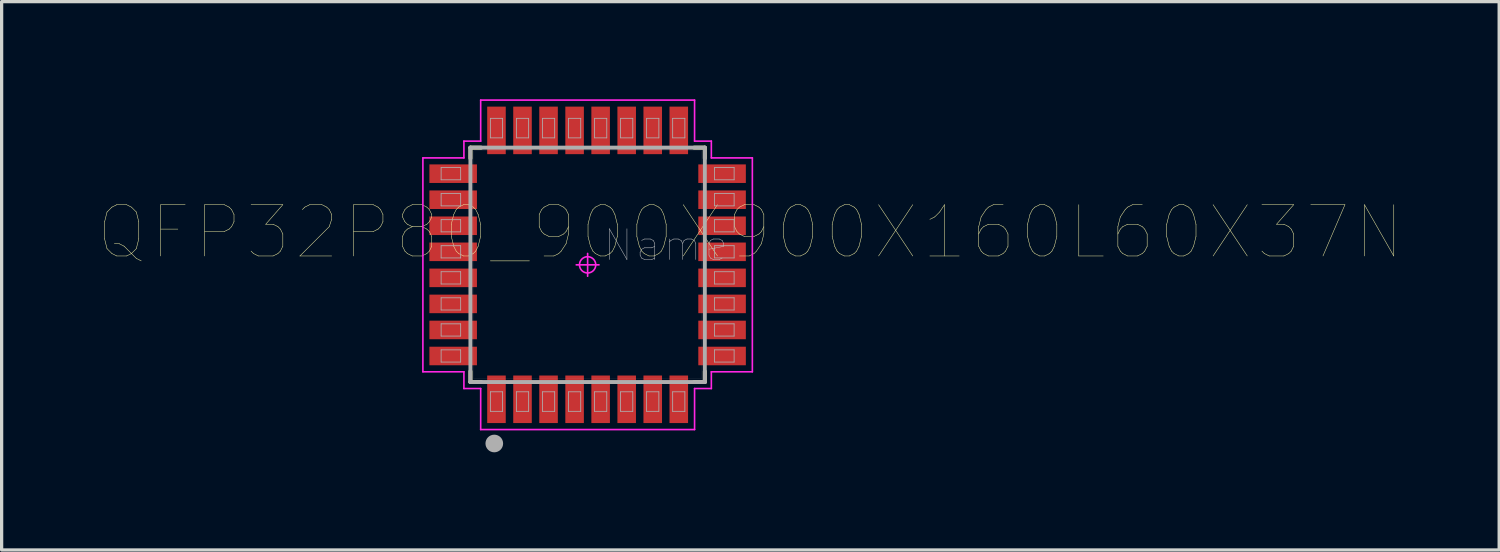
<source format=kicad_pcb>
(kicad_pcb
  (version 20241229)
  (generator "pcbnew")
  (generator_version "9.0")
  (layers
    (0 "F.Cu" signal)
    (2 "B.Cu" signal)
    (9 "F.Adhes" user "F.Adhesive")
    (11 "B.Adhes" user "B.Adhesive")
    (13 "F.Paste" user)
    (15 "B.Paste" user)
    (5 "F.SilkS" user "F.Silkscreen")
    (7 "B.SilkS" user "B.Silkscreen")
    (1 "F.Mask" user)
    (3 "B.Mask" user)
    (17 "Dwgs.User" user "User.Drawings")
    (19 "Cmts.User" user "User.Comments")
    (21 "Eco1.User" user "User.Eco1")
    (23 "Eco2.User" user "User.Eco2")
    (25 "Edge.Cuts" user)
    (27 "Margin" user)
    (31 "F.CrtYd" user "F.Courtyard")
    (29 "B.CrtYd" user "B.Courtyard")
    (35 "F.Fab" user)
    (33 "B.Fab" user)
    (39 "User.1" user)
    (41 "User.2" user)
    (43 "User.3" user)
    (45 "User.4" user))
  (footprint "QFP32P80_900X900X160L60X37N"
    (layer "F.Cu")
    (at 15 5.085)
    (property "Reference" "QFP32P80_900X900X160L60X37N" (at 5 -1 0) (layer "F.SilkS") (effects (font (size 1.575 1.575) (thickness 0.015))))
    (attr through_hole)
    (fp_line (start -3.6 -3.6) (end -3.6 -3.27) (stroke (width 0.12) (type solid)) (layer "F.SilkS"))
    (fp_line (start -3.6 3.6) (end -3.6 3.27) (stroke (width 0.12) (type solid)) (layer "F.SilkS"))
    (fp_line (start -3.27 -3.6) (end -3.6 -3.6) (stroke (width 0.12) (type solid)) (layer "F.SilkS"))
    (fp_line (start -3.27 3.6) (end -3.6 3.6) (stroke (width 0.12) (type solid)) (layer "F.SilkS"))
    (fp_line (start 3.27 -3.6) (end 3.6 -3.6) (stroke (width 0.12) (type solid)) (layer "F.SilkS"))
    (fp_line (start 3.27 3.6) (end 3.6 3.6) (stroke (width 0.12) (type solid)) (layer "F.SilkS"))
    (fp_line (start 3.6 -3.6) (end 3.6 -3.27) (stroke (width 0.12) (type solid)) (layer "F.SilkS"))
    (fp_line (start 3.6 3.6) (end 3.6 3.27) (stroke (width 0.12) (type solid)) (layer "F.SilkS"))
    (fp_line (start -5.06 -3.285) (end -5.06 3.285) (stroke (width 0.05) (type solid)) (layer "F.CrtYd"))
    (fp_line (start -5.06 3.285) (end -3.8 3.285) (stroke (width 0.05) (type solid)) (layer "F.CrtYd"))
    (fp_line (start -3.8 -3.8) (end -3.8 -3.285) (stroke (width 0.05) (type solid)) (layer "F.CrtYd"))
    (fp_line (start -3.8 -3.285) (end -5.06 -3.285) (stroke (width 0.05) (type solid)) (layer "F.CrtYd"))
    (fp_line (start -3.8 3.285) (end -3.8 3.8) (stroke (width 0.05) (type solid)) (layer "F.CrtYd"))
    (fp_line (start -3.8 3.8) (end -3.285 3.8) (stroke (width 0.05) (type solid)) (layer "F.CrtYd"))
    (fp_line (start -3.285 -5.06) (end -3.285 -3.8) (stroke (width 0.05) (type solid)) (layer "F.CrtYd"))
    (fp_line (start -3.285 -3.8) (end -3.8 -3.8) (stroke (width 0.05) (type solid)) (layer "F.CrtYd"))
    (fp_line (start -3.285 3.8) (end -3.285 5.06) (stroke (width 0.05) (type solid)) (layer "F.CrtYd"))
    (fp_line (start -3.285 5.06) (end 3.285 5.06) (stroke (width 0.05) (type solid)) (layer "F.CrtYd"))
    (fp_line (start -0.35 0) (end 0.35 0) (stroke (width 0.05) (type solid)) (layer "F.CrtYd"))
    (fp_line (start 0 -0.35) (end 0 0.35) (stroke (width 0.05) (type solid)) (layer "F.CrtYd"))
    (fp_line (start 3.285 -5.06) (end -3.285 -5.06) (stroke (width 0.05) (type solid)) (layer "F.CrtYd"))
    (fp_line (start 3.285 -3.8) (end 3.285 -5.06) (stroke (width 0.05) (type solid)) (layer "F.CrtYd"))
    (fp_line (start 3.285 3.8) (end 3.8 3.8) (stroke (width 0.05) (type solid)) (layer "F.CrtYd"))
    (fp_line (start 3.285 5.06) (end 3.285 3.8) (stroke (width 0.05) (type solid)) (layer "F.CrtYd"))
    (fp_line (start 3.8 -3.8) (end 3.285 -3.8) (stroke (width 0.05) (type solid)) (layer "F.CrtYd"))
    (fp_line (start 3.8 -3.285) (end 3.8 -3.8) (stroke (width 0.05) (type solid)) (layer "F.CrtYd"))
    (fp_line (start 3.8 3.285) (end 5.06 3.285) (stroke (width 0.05) (type solid)) (layer "F.CrtYd"))
    (fp_line (start 3.8 3.8) (end 3.8 3.285) (stroke (width 0.05) (type solid)) (layer "F.CrtYd"))
    (fp_line (start 5.06 -3.285) (end 3.8 -3.285) (stroke (width 0.05) (type solid)) (layer "F.CrtYd"))
    (fp_line (start 5.06 3.285) (end 5.06 -3.285) (stroke (width 0.05) (type solid)) (layer "F.CrtYd"))
    (fp_circle (center 0 0) (end 0.25 0) (stroke (width 0.05) (type solid)) (fill no) (layer "F.CrtYd"))
    (fp_line (start -4.5 -2.987) (end -3.9 -2.987) (stroke (width 0.025) (type solid)) (layer "F.Fab"))
    (fp_line (start -4.5 -2.612) (end -4.5 -2.987) (stroke (width 0.025) (type solid)) (layer "F.Fab"))
    (fp_line (start -4.5 -2.188) (end -3.9 -2.188) (stroke (width 0.025) (type solid)) (layer "F.Fab"))
    (fp_line (start -4.5 -1.812) (end -4.5 -2.188) (stroke (width 0.025) (type solid)) (layer "F.Fab"))
    (fp_line (start -4.5 -1.387) (end -3.9 -1.387) (stroke (width 0.025) (type solid)) (layer "F.Fab"))
    (fp_line (start -4.5 -1.012) (end -4.5 -1.387) (stroke (width 0.025) (type solid)) (layer "F.Fab"))
    (fp_line (start -4.5 -0.588) (end -3.9 -0.588) (stroke (width 0.025) (type solid)) (layer "F.Fab"))
    (fp_line (start -4.5 -0.212) (end -4.5 -0.588) (stroke (width 0.025) (type solid)) (layer "F.Fab"))
    (fp_line (start -4.5 0.212) (end -3.9 0.212) (stroke (width 0.025) (type solid)) (layer "F.Fab"))
    (fp_line (start -4.5 0.588) (end -4.5 0.212) (stroke (width 0.025) (type solid)) (layer "F.Fab"))
    (fp_line (start -4.5 1.012) (end -3.9 1.012) (stroke (width 0.025) (type solid)) (layer "F.Fab"))
    (fp_line (start -4.5 1.387) (end -4.5 1.012) (stroke (width 0.025) (type solid)) (layer "F.Fab"))
    (fp_line (start -4.5 1.812) (end -3.9 1.812) (stroke (width 0.025) (type solid)) (layer "F.Fab"))
    (fp_line (start -4.5 2.188) (end -4.5 1.812) (stroke (width 0.025) (type solid)) (layer "F.Fab"))
    (fp_line (start -4.5 2.612) (end -3.9 2.612) (stroke (width 0.025) (type solid)) (layer "F.Fab"))
    (fp_line (start -4.5 2.987) (end -4.5 2.612) (stroke (width 0.025) (type solid)) (layer "F.Fab"))
    (fp_line (start -3.9 -2.987) (end -3.9 -2.612) (stroke (width 0.025) (type solid)) (layer "F.Fab"))
    (fp_line (start -3.9 -2.612) (end -4.5 -2.612) (stroke (width 0.025) (type solid)) (layer "F.Fab"))
    (fp_line (start -3.9 -2.188) (end -3.9 -1.812) (stroke (width 0.025) (type solid)) (layer "F.Fab"))
    (fp_line (start -3.9 -1.812) (end -4.5 -1.812) (stroke (width 0.025) (type solid)) (layer "F.Fab"))
    (fp_line (start -3.9 -1.387) (end -3.9 -1.012) (stroke (width 0.025) (type solid)) (layer "F.Fab"))
    (fp_line (start -3.9 -1.012) (end -4.5 -1.012) (stroke (width 0.025) (type solid)) (layer "F.Fab"))
    (fp_line (start -3.9 -0.588) (end -3.9 -0.212) (stroke (width 0.025) (type solid)) (layer "F.Fab"))
    (fp_line (start -3.9 -0.212) (end -4.5 -0.212) (stroke (width 0.025) (type solid)) (layer "F.Fab"))
    (fp_line (start -3.9 0.212) (end -3.9 0.588) (stroke (width 0.025) (type solid)) (layer "F.Fab"))
    (fp_line (start -3.9 0.588) (end -4.5 0.588) (stroke (width 0.025) (type solid)) (layer "F.Fab"))
    (fp_line (start -3.9 1.012) (end -3.9 1.387) (stroke (width 0.025) (type solid)) (layer "F.Fab"))
    (fp_line (start -3.9 1.387) (end -4.5 1.387) (stroke (width 0.025) (type solid)) (layer "F.Fab"))
    (fp_line (start -3.9 1.812) (end -3.9 2.188) (stroke (width 0.025) (type solid)) (layer "F.Fab"))
    (fp_line (start -3.9 2.188) (end -4.5 2.188) (stroke (width 0.025) (type solid)) (layer "F.Fab"))
    (fp_line (start -3.9 2.612) (end -3.9 2.987) (stroke (width 0.025) (type solid)) (layer "F.Fab"))
    (fp_line (start -3.9 2.987) (end -4.5 2.987) (stroke (width 0.025) (type solid)) (layer "F.Fab"))
    (fp_line (start -3.6 -3.6) (end 3.6 -3.6) (stroke (width 0.12) (type solid)) (layer "F.Fab"))
    (fp_line (start -3.6 3.6) (end -3.6 -3.6) (stroke (width 0.12) (type solid)) (layer "F.Fab"))
    (fp_line (start -3.5 -3.5) (end 3.5 -3.5) (stroke (width 0.002) (type solid)) (layer "F.Fab"))
    (fp_line (start -3.5 3.5) (end -3.5 -3.5) (stroke (width 0.002) (type solid)) (layer "F.Fab"))
    (fp_line (start -2.987 -4.5) (end -2.612 -4.5) (stroke (width 0.025) (type solid)) (layer "F.Fab"))
    (fp_line (start -2.987 -3.9) (end -2.987 -4.5) (stroke (width 0.025) (type solid)) (layer "F.Fab"))
    (fp_line (start -2.987 3.9) (end -2.612 3.9) (stroke (width 0.025) (type solid)) (layer "F.Fab"))
    (fp_line (start -2.987 4.5) (end -2.987 3.9) (stroke (width 0.025) (type solid)) (layer "F.Fab"))
    (fp_line (start -2.612 -4.5) (end -2.612 -3.9) (stroke (width 0.025) (type solid)) (layer "F.Fab"))
    (fp_line (start -2.612 -3.9) (end -2.987 -3.9) (stroke (width 0.025) (type solid)) (layer "F.Fab"))
    (fp_line (start -2.612 3.9) (end -2.612 4.5) (stroke (width 0.025) (type solid)) (layer "F.Fab"))
    (fp_line (start -2.612 4.5) (end -2.987 4.5) (stroke (width 0.025) (type solid)) (layer "F.Fab"))
    (fp_line (start -2.188 -4.5) (end -1.812 -4.5) (stroke (width 0.025) (type solid)) (layer "F.Fab"))
    (fp_line (start -2.188 -3.9) (end -2.188 -4.5) (stroke (width 0.025) (type solid)) (layer "F.Fab"))
    (fp_line (start -2.188 3.9) (end -1.812 3.9) (stroke (width 0.025) (type solid)) (layer "F.Fab"))
    (fp_line (start -2.188 4.5) (end -2.188 3.9) (stroke (width 0.025) (type solid)) (layer "F.Fab"))
    (fp_line (start -1.812 -4.5) (end -1.812 -3.9) (stroke (width 0.025) (type solid)) (layer "F.Fab"))
    (fp_line (start -1.812 -3.9) (end -2.188 -3.9) (stroke (width 0.025) (type solid)) (layer "F.Fab"))
    (fp_line (start -1.812 3.9) (end -1.812 4.5) (stroke (width 0.025) (type solid)) (layer "F.Fab"))
    (fp_line (start -1.812 4.5) (end -2.188 4.5) (stroke (width 0.025) (type solid)) (layer "F.Fab"))
    (fp_line (start -1.387 -4.5) (end -1.012 -4.5) (stroke (width 0.025) (type solid)) (layer "F.Fab"))
    (fp_line (start -1.387 -3.9) (end -1.387 -4.5) (stroke (width 0.025) (type solid)) (layer "F.Fab"))
    (fp_line (start -1.387 3.9) (end -1.012 3.9) (stroke (width 0.025) (type solid)) (layer "F.Fab"))
    (fp_line (start -1.387 4.5) (end -1.387 3.9) (stroke (width 0.025) (type solid)) (layer "F.Fab"))
    (fp_line (start -1.012 -4.5) (end -1.012 -3.9) (stroke (width 0.025) (type solid)) (layer "F.Fab"))
    (fp_line (start -1.012 -3.9) (end -1.387 -3.9) (stroke (width 0.025) (type solid)) (layer "F.Fab"))
    (fp_line (start -1.012 3.9) (end -1.012 4.5) (stroke (width 0.025) (type solid)) (layer "F.Fab"))
    (fp_line (start -1.012 4.5) (end -1.387 4.5) (stroke (width 0.025) (type solid)) (layer "F.Fab"))
    (fp_line (start -0.588 -4.5) (end -0.212 -4.5) (stroke (width 0.025) (type solid)) (layer "F.Fab"))
    (fp_line (start -0.588 -3.9) (end -0.588 -4.5) (stroke (width 0.025) (type solid)) (layer "F.Fab"))
    (fp_line (start -0.588 3.9) (end -0.212 3.9) (stroke (width 0.025) (type solid)) (layer "F.Fab"))
    (fp_line (start -0.588 4.5) (end -0.588 3.9) (stroke (width 0.025) (type solid)) (layer "F.Fab"))
    (fp_line (start -0.212 -4.5) (end -0.212 -3.9) (stroke (width 0.025) (type solid)) (layer "F.Fab"))
    (fp_line (start -0.212 -3.9) (end -0.588 -3.9) (stroke (width 0.025) (type solid)) (layer "F.Fab"))
    (fp_line (start -0.212 3.9) (end -0.212 4.5) (stroke (width 0.025) (type solid)) (layer "F.Fab"))
    (fp_line (start -0.212 4.5) (end -0.588 4.5) (stroke (width 0.025) (type solid)) (layer "F.Fab"))
    (fp_line (start 0.212 -4.5) (end 0.588 -4.5) (stroke (width 0.025) (type solid)) (layer "F.Fab"))
    (fp_line (start 0.212 -3.9) (end 0.212 -4.5) (stroke (width 0.025) (type solid)) (layer "F.Fab"))
    (fp_line (start 0.212 3.9) (end 0.588 3.9) (stroke (width 0.025) (type solid)) (layer "F.Fab"))
    (fp_line (start 0.212 4.5) (end 0.212 3.9) (stroke (width 0.025) (type solid)) (layer "F.Fab"))
    (fp_line (start 0.588 -4.5) (end 0.588 -3.9) (stroke (width 0.025) (type solid)) (layer "F.Fab"))
    (fp_line (start 0.588 -3.9) (end 0.212 -3.9) (stroke (width 0.025) (type solid)) (layer "F.Fab"))
    (fp_line (start 0.588 3.9) (end 0.588 4.5) (stroke (width 0.025) (type solid)) (layer "F.Fab"))
    (fp_line (start 0.588 4.5) (end 0.212 4.5) (stroke (width 0.025) (type solid)) (layer "F.Fab"))
    (fp_line (start 1.012 -4.5) (end 1.387 -4.5) (stroke (width 0.025) (type solid)) (layer "F.Fab"))
    (fp_line (start 1.012 -3.9) (end 1.012 -4.5) (stroke (width 0.025) (type solid)) (layer "F.Fab"))
    (fp_line (start 1.012 3.9) (end 1.387 3.9) (stroke (width 0.025) (type solid)) (layer "F.Fab"))
    (fp_line (start 1.012 4.5) (end 1.012 3.9) (stroke (width 0.025) (type solid)) (layer "F.Fab"))
    (fp_line (start 1.387 -4.5) (end 1.387 -3.9) (stroke (width 0.025) (type solid)) (layer "F.Fab"))
    (fp_line (start 1.387 -3.9) (end 1.012 -3.9) (stroke (width 0.025) (type solid)) (layer "F.Fab"))
    (fp_line (start 1.387 3.9) (end 1.387 4.5) (stroke (width 0.025) (type solid)) (layer "F.Fab"))
    (fp_line (start 1.387 4.5) (end 1.012 4.5) (stroke (width 0.025) (type solid)) (layer "F.Fab"))
    (fp_line (start 1.812 -4.5) (end 2.188 -4.5) (stroke (width 0.025) (type solid)) (layer "F.Fab"))
    (fp_line (start 1.812 -3.9) (end 1.812 -4.5) (stroke (width 0.025) (type solid)) (layer "F.Fab"))
    (fp_line (start 1.812 3.9) (end 2.188 3.9) (stroke (width 0.025) (type solid)) (layer "F.Fab"))
    (fp_line (start 1.812 4.5) (end 1.812 3.9) (stroke (width 0.025) (type solid)) (layer "F.Fab"))
    (fp_line (start 2.188 -4.5) (end 2.188 -3.9) (stroke (width 0.025) (type solid)) (layer "F.Fab"))
    (fp_line (start 2.188 -3.9) (end 1.812 -3.9) (stroke (width 0.025) (type solid)) (layer "F.Fab"))
    (fp_line (start 2.188 3.9) (end 2.188 4.5) (stroke (width 0.025) (type solid)) (layer "F.Fab"))
    (fp_line (start 2.188 4.5) (end 1.812 4.5) (stroke (width 0.025) (type solid)) (layer "F.Fab"))
    (fp_line (start 2.612 -4.5) (end 2.987 -4.5) (stroke (width 0.025) (type solid)) (layer "F.Fab"))
    (fp_line (start 2.612 -3.9) (end 2.612 -4.5) (stroke (width 0.025) (type solid)) (layer "F.Fab"))
    (fp_line (start 2.612 3.9) (end 2.987 3.9) (stroke (width 0.025) (type solid)) (layer "F.Fab"))
    (fp_line (start 2.612 4.5) (end 2.612 3.9) (stroke (width 0.025) (type solid)) (layer "F.Fab"))
    (fp_line (start 2.987 -4.5) (end 2.987 -3.9) (stroke (width 0.025) (type solid)) (layer "F.Fab"))
    (fp_line (start 2.987 -3.9) (end 2.612 -3.9) (stroke (width 0.025) (type solid)) (layer "F.Fab"))
    (fp_line (start 2.987 3.9) (end 2.987 4.5) (stroke (width 0.025) (type solid)) (layer "F.Fab"))
    (fp_line (start 2.987 4.5) (end 2.612 4.5) (stroke (width 0.025) (type solid)) (layer "F.Fab"))
    (fp_line (start 3.5 -3.5) (end 3.5 3.5) (stroke (width 0.002) (type solid)) (layer "F.Fab"))
    (fp_line (start 3.5 3.5) (end -3.5 3.5) (stroke (width 0.002) (type solid)) (layer "F.Fab"))
    (fp_line (start 3.6 -3.6) (end 3.6 3.6) (stroke (width 0.12) (type solid)) (layer "F.Fab"))
    (fp_line (start 3.6 3.6) (end -3.6 3.6) (stroke (width 0.12) (type solid)) (layer "F.Fab"))
    (fp_line (start 3.9 -2.987) (end 4.5 -2.987) (stroke (width 0.025) (type solid)) (layer "F.Fab"))
    (fp_line (start 3.9 -2.612) (end 3.9 -2.987) (stroke (width 0.025) (type solid)) (layer "F.Fab"))
    (fp_line (start 3.9 -2.188) (end 4.5 -2.188) (stroke (width 0.025) (type solid)) (layer "F.Fab"))
    (fp_line (start 3.9 -1.812) (end 3.9 -2.188) (stroke (width 0.025) (type solid)) (layer "F.Fab"))
    (fp_line (start 3.9 -1.387) (end 4.5 -1.387) (stroke (width 0.025) (type solid)) (layer "F.Fab"))
    (fp_line (start 3.9 -1.012) (end 3.9 -1.387) (stroke (width 0.025) (type solid)) (layer "F.Fab"))
    (fp_line (start 3.9 -0.588) (end 4.5 -0.588) (stroke (width 0.025) (type solid)) (layer "F.Fab"))
    (fp_line (start 3.9 -0.212) (end 3.9 -0.588) (stroke (width 0.025) (type solid)) (layer "F.Fab"))
    (fp_line (start 3.9 0.212) (end 4.5 0.212) (stroke (width 0.025) (type solid)) (layer "F.Fab"))
    (fp_line (start 3.9 0.588) (end 3.9 0.212) (stroke (width 0.025) (type solid)) (layer "F.Fab"))
    (fp_line (start 3.9 1.012) (end 4.5 1.012) (stroke (width 0.025) (type solid)) (layer "F.Fab"))
    (fp_line (start 3.9 1.387) (end 3.9 1.012) (stroke (width 0.025) (type solid)) (layer "F.Fab"))
    (fp_line (start 3.9 1.812) (end 4.5 1.812) (stroke (width 0.025) (type solid)) (layer "F.Fab"))
    (fp_line (start 3.9 2.188) (end 3.9 1.812) (stroke (width 0.025) (type solid)) (layer "F.Fab"))
    (fp_line (start 3.9 2.612) (end 4.5 2.612) (stroke (width 0.025) (type solid)) (layer "F.Fab"))
    (fp_line (start 3.9 2.987) (end 3.9 2.612) (stroke (width 0.025) (type solid)) (layer "F.Fab"))
    (fp_line (start 4.5 -2.987) (end 4.5 -2.612) (stroke (width 0.025) (type solid)) (layer "F.Fab"))
    (fp_line (start 4.5 -2.612) (end 3.9 -2.612) (stroke (width 0.025) (type solid)) (layer "F.Fab"))
    (fp_line (start 4.5 -2.188) (end 4.5 -1.812) (stroke (width 0.025) (type solid)) (layer "F.Fab"))
    (fp_line (start 4.5 -1.812) (end 3.9 -1.812) (stroke (width 0.025) (type solid)) (layer "F.Fab"))
    (fp_line (start 4.5 -1.387) (end 4.5 -1.012) (stroke (width 0.025) (type solid)) (layer "F.Fab"))
    (fp_line (start 4.5 -1.012) (end 3.9 -1.012) (stroke (width 0.025) (type solid)) (layer "F.Fab"))
    (fp_line (start 4.5 -0.588) (end 4.5 -0.212) (stroke (width 0.025) (type solid)) (layer "F.Fab"))
    (fp_line (start 4.5 -0.212) (end 3.9 -0.212) (stroke (width 0.025) (type solid)) (layer "F.Fab"))
    (fp_line (start 4.5 0.212) (end 4.5 0.588) (stroke (width 0.025) (type solid)) (layer "F.Fab"))
    (fp_line (start 4.5 0.588) (end 3.9 0.588) (stroke (width 0.025) (type solid)) (layer "F.Fab"))
    (fp_line (start 4.5 1.012) (end 4.5 1.387) (stroke (width 0.025) (type solid)) (layer "F.Fab"))
    (fp_line (start 4.5 1.387) (end 3.9 1.387) (stroke (width 0.025) (type solid)) (layer "F.Fab"))
    (fp_line (start 4.5 1.812) (end 4.5 2.188) (stroke (width 0.025) (type solid)) (layer "F.Fab"))
    (fp_line (start 4.5 2.188) (end 3.9 2.188) (stroke (width 0.025) (type solid)) (layer "F.Fab"))
    (fp_line (start 4.5 2.612) (end 4.5 2.987) (stroke (width 0.025) (type solid)) (layer "F.Fab"))
    (fp_line (start 4.5 2.987) (end 3.9 2.987) (stroke (width 0.025) (type solid)) (layer "F.Fab"))
    (fp_circle (center -2.867 5.488) (end -2.596 5.488) (stroke (width 0) (type solid)) (fill yes) (layer "F.Fab"))
    (fp_text user "Name" (at 2.4 -0.6 0) (layer "Dwgs.User") (effects (font (size 0.945 0.945) (thickness 0.015))))
    (pad "1" smd rect (at -2.8 4.13) (size 0.57 1.46) (layers "F.Cu" "F.Mask" "F.Paste"))
    (pad "2" smd rect (at -2 4.13) (size 0.57 1.46) (layers "F.Cu" "F.Mask" "F.Paste"))
    (pad "3" smd rect (at -1.2 4.13) (size 0.57 1.46) (layers "F.Cu" "F.Mask" "F.Paste"))
    (pad "4" smd rect (at -0.4 4.13) (size 0.57 1.46) (layers "F.Cu" "F.Mask" "F.Paste"))
    (pad "5" smd rect (at 0.4 4.13) (size 0.57 1.46) (layers "F.Cu" "F.Mask" "F.Paste"))
    (pad "6" smd rect (at 1.2 4.13) (size 0.57 1.46) (layers "F.Cu" "F.Mask" "F.Paste"))
    (pad "7" smd rect (at 2 4.13) (size 0.57 1.46) (layers "F.Cu" "F.Mask" "F.Paste"))
    (pad "8" smd rect (at 2.8 4.13) (size 0.57 1.46) (layers "F.Cu" "F.Mask" "F.Paste"))
    (pad "9" smd rect (at 4.13 2.8) (size 1.46 0.57) (layers "F.Cu" "F.Mask" "F.Paste"))
    (pad "10" smd rect (at 4.13 2) (size 1.46 0.57) (layers "F.Cu" "F.Mask" "F.Paste"))
    (pad "11" smd rect (at 4.13 1.2) (size 1.46 0.57) (layers "F.Cu" "F.Mask" "F.Paste"))
    (pad "12" smd rect (at 4.13 0.4) (size 1.46 0.57) (layers "F.Cu" "F.Mask" "F.Paste"))
    (pad "13" smd rect (at 4.13 -0.4) (size 1.46 0.57) (layers "F.Cu" "F.Mask" "F.Paste"))
    (pad "14" smd rect (at 4.13 -1.2) (size 1.46 0.57) (layers "F.Cu" "F.Mask" "F.Paste"))
    (pad "15" smd rect (at 4.13 -2) (size 1.46 0.57) (layers "F.Cu" "F.Mask" "F.Paste"))
    (pad "16" smd rect (at 4.13 -2.8) (size 1.46 0.57) (layers "F.Cu" "F.Mask" "F.Paste"))
    (pad "17" smd rect (at 2.8 -4.13) (size 0.57 1.46) (layers "F.Cu" "F.Mask" "F.Paste"))
    (pad "18" smd rect (at 2 -4.13) (size 0.57 1.46) (layers "F.Cu" "F.Mask" "F.Paste"))
    (pad "19" smd rect (at 1.2 -4.13) (size 0.57 1.46) (layers "F.Cu" "F.Mask" "F.Paste"))
    (pad "20" smd rect (at 0.4 -4.13) (size 0.57 1.46) (layers "F.Cu" "F.Mask" "F.Paste"))
    (pad "21" smd rect (at -0.4 -4.13) (size 0.57 1.46) (layers "F.Cu" "F.Mask" "F.Paste"))
    (pad "22" smd rect (at -1.2 -4.13) (size 0.57 1.46) (layers "F.Cu" "F.Mask" "F.Paste"))
    (pad "23" smd rect (at -2 -4.13) (size 0.57 1.46) (layers "F.Cu" "F.Mask" "F.Paste"))
    (pad "24" smd rect (at -2.8 -4.13) (size 0.57 1.46) (layers "F.Cu" "F.Mask" "F.Paste"))
    (pad "25" smd rect (at -4.13 -2.8) (size 1.46 0.57) (layers "F.Cu" "F.Mask" "F.Paste"))
    (pad "26" smd rect (at -4.13 -2) (size 1.46 0.57) (layers "F.Cu" "F.Mask" "F.Paste"))
    (pad "27" smd rect (at -4.13 -1.2) (size 1.46 0.57) (layers "F.Cu" "F.Mask" "F.Paste"))
    (pad "28" smd rect (at -4.13 -0.4) (size 1.46 0.57) (layers "F.Cu" "F.Mask" "F.Paste"))
    (pad "29" smd rect (at -4.13 0.4) (size 1.46 0.57) (layers "F.Cu" "F.Mask" "F.Paste"))
    (pad "30" smd rect (at -4.13 1.2) (size 1.46 0.57) (layers "F.Cu" "F.Mask" "F.Paste"))
    (pad "31" smd rect (at -4.13 2) (size 1.46 0.57) (layers "F.Cu" "F.Mask" "F.Paste"))
    (pad "32" smd rect (at -4.13 2.8) (size 1.46 0.57) (layers "F.Cu" "F.Mask" "F.Paste")))
  (gr_rect
    (start -3 -3)
    (end 43 13.844)
    (stroke (width 0.1) (type default))
    (fill no)
    (layer "Edge.Cuts")))
</source>
